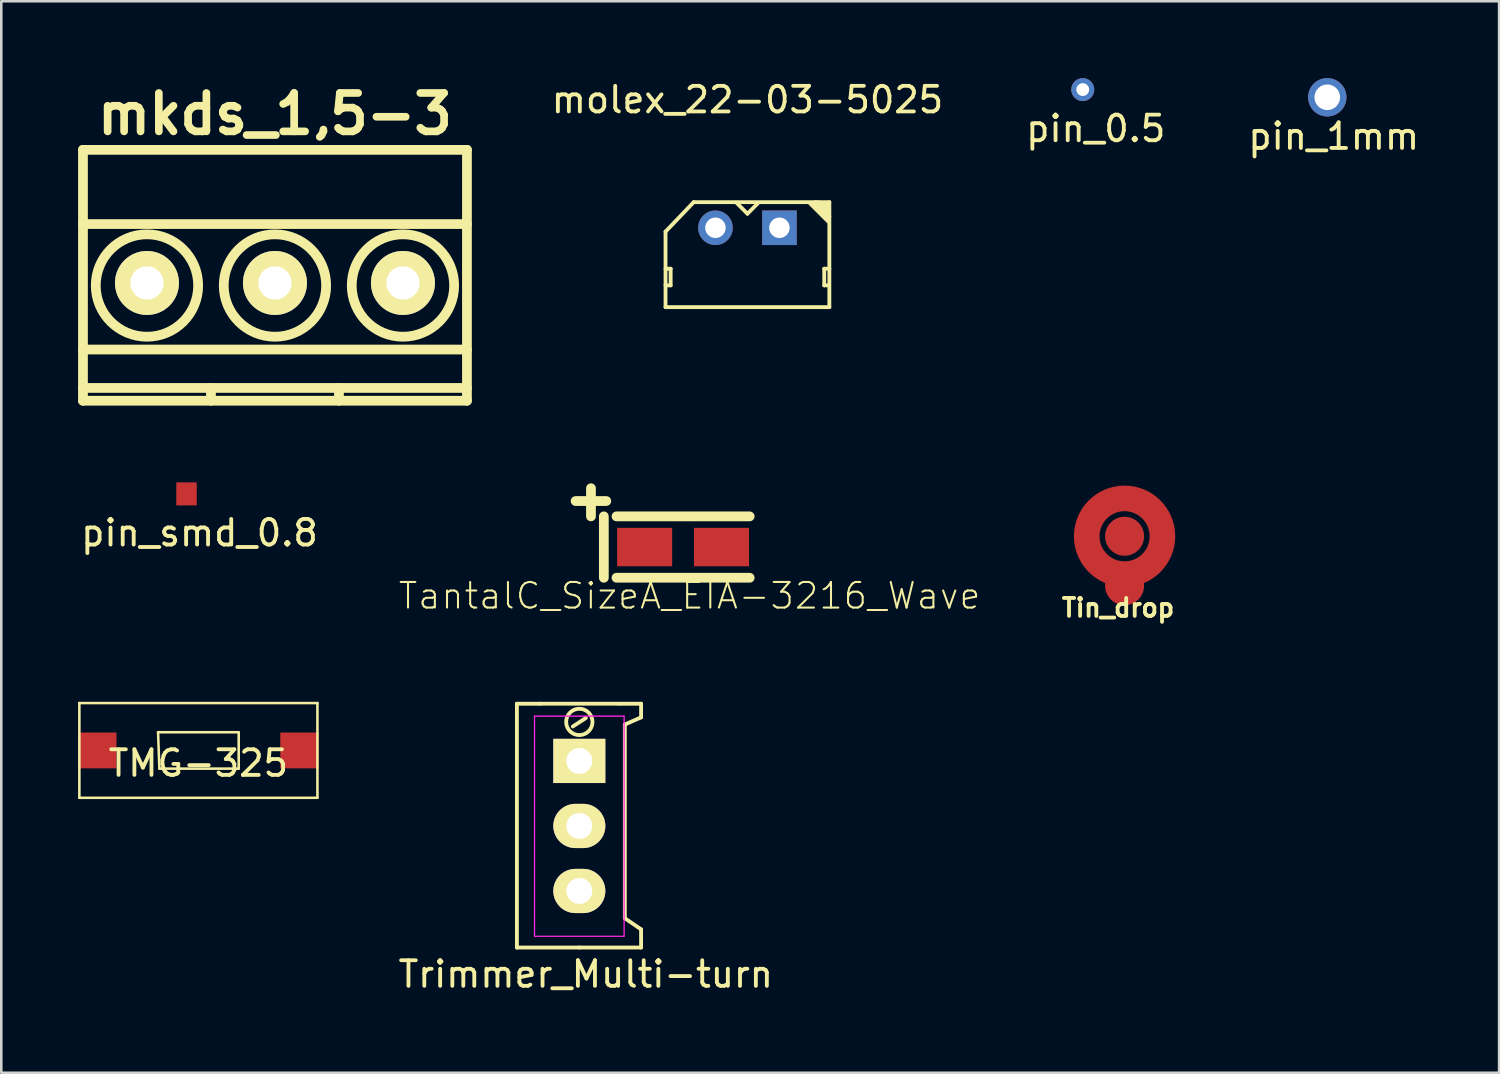
<source format=kicad_pcb>
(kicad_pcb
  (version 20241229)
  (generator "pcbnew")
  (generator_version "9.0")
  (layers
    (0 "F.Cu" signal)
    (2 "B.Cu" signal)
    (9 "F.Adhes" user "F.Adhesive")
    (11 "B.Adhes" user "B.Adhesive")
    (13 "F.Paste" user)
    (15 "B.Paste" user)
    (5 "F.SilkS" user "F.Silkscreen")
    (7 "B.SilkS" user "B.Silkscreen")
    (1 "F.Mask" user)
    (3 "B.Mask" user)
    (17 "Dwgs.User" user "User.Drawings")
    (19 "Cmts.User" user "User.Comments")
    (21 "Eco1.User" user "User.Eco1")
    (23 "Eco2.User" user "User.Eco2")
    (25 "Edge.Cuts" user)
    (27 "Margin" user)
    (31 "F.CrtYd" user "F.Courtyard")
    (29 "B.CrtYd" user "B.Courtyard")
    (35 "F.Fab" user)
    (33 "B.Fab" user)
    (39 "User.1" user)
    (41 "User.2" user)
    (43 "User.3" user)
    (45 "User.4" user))
  (footprint "pin_smd_0.8"
    (layer "F.Cu")
    (at 4.236 16.244)
    (property "Reference" "pin_smd_0.8" (at 0.508 1.524 0) (layer "F.SilkS") (effects (font (size 1 1) (thickness 0.15))))
    (attr through_hole)
    (pad "1" smd rect (at 0 0) (size 0.8 0.9) (layers "F.Cu" "F.Mask" "F.Paste")))
  (footprint "TantalC_SizeA_EIA-3216_Wave"
    (placed yes)
    (layer "F.Cu")
    (at 23.635 18.321)
    (property "Reference" "TantalC_SizeA_EIA-3216_Wave" (at 0.254 1.905 0) (layer "F.SilkS") (effects (font (size 1 1) (thickness 0.08))))
    (attr smd)
    (fp_line (start -4.199 -1.798) (end -3 -1.798) (stroke (width 0.381) (type solid)) (layer "F.SilkS"))
    (fp_line (start -3.599 -2.299) (end -3.599 -1.199) (stroke (width 0.381) (type solid)) (layer "F.SilkS"))
    (fp_line (start -3.096 -1.199) (end -3.096 1.199) (stroke (width 0.381) (type solid)) (layer "F.SilkS"))
    (fp_line (start -2.601 1.199) (end 2.601 1.199) (stroke (width 0.381) (type solid)) (layer "F.SilkS"))
    (fp_line (start 2.601 -1.199) (end -2.601 -1.199) (stroke (width 0.381) (type solid)) (layer "F.SilkS"))
    (fp_text user "+" (at -3.599 -1.801 0) (layer "F.SilkS") (effects (font (size 1 1) (thickness 0.08))))
    (pad "1" smd rect (at -1.501 0) (size 2.149 1.501) (layers "F.Cu" "F.Mask" "F.Paste"))
    (pad "2" smd rect (at 1.501 0) (size 2.149 1.501) (layers "F.Cu" "F.Mask" "F.Paste")))
  (footprint "pin_0.5"
    (layer "F.Cu")
    (at 39.248 0.45)
    (property "Reference" "pin_0.5" (at 0.508 1.524 0) (layer "F.SilkS") (effects (font (size 1 1) (thickness 0.15))))
    (attr through_hole)
    (pad "1" thru_hole circle (at 0 0) (size 0.9 0.9) (drill 0.5) (layers "*.Cu" "*.Mask")))
  (footprint "pin_1mm"
    (layer "F.Cu")
    (at 48.8 0.75)
    (property "Reference" "pin_1mm" (at 0.254 1.524 0) (layer "F.SilkS") (effects (font (size 1 1) (thickness 0.15))))
    (attr through_hole)
    (pad "1" thru_hole circle (at 0 0) (size 1.5 1.5) (drill 1) (layers "*.Cu" "*.Mask")))
  (footprint "TMG-325"
    (layer "F.Cu")
    (at 4.7 26.266)
    (property "Reference" "TMG-325" (at 0 0.5 0) (layer "F.SilkS") (effects (font (size 1 1) (thickness 0.15))))
    (attr through_hole)
    (fp_line (start -4.65 -1.85) (end -4.65 1.85) (stroke (width 0.1) (type solid)) (layer "F.SilkS"))
    (fp_line (start -4.65 -1.85) (end 4.65 -1.85) (stroke (width 0.1) (type solid)) (layer "F.SilkS"))
    (fp_line (start -4.65 1.85) (end 4.65 1.85) (stroke (width 0.1) (type solid)) (layer "F.SilkS"))
    (fp_line (start -1.575 -0.711) (end 1.575 -0.711) (stroke (width 0.1) (type solid)) (layer "F.SilkS"))
    (fp_line (start -1.524 0.711) (end -1.575 -0.711) (stroke (width 0.1) (type solid)) (layer "F.SilkS"))
    (fp_line (start 1.575 -0.711) (end 1.575 0.711) (stroke (width 0.1) (type solid)) (layer "F.SilkS"))
    (fp_line (start 1.575 0.711) (end -1.524 0.711) (stroke (width 0.1) (type solid)) (layer "F.SilkS"))
    (fp_line (start 4.65 -1.85) (end 4.65 1.85) (stroke (width 0.1) (type solid)) (layer "F.SilkS"))
    (pad "1" smd rect (at -3.95 0) (size 1.5 1.4) (layers "F.Cu" "F.Mask" "F.Paste"))
    (pad "2" smd rect (at 3.95 0) (size 1.5 1.4) (layers "F.Cu" "F.Mask" "F.Paste")))
  (footprint "Tin_drop"
    (layer "F.Cu")
    (at 40.882 17.899)
    (property "Reference" "Tin_drop" (at -0.254 2.794 0) (layer "F.SilkS") (effects (font (size 0.7 0.7) (thickness 0.15))))
    (attr through_hole)
    (fp_circle (center 0 0) (end 1.422 0.406) (stroke (width 1) (type solid)) (fill no) (layer "F.Cu"))
    (fp_circle (center 0 0) (end 1.422 0.406) (stroke (width 1.25) (type solid)) (fill no) (layer "F.Mask"))
    (fp_circle (center 0 0) (end 1.422 0.406) (stroke (width 1) (type solid)) (fill no) (layer "F.Paste"))
    (pad "1" smd circle (at 0 0) (size 1.524 1.524) (layers "F.Cu" "F.Mask" "F.Paste"))
    (pad "2" smd circle (at 0 1.93) (size 1.524 1.524) (layers "F.Cu" "F.Mask" "F.Paste")))
  (footprint "Trimmer_Multi-turn"
    (layer "F.Cu")
    (at 19.581 26.676)
    (property "Reference" "Trimmer_Multi-turn" (at 0.254 8.331 0) (layer "F.SilkS") (effects (font (size 1 1) (thickness 0.15))))
    (attr through_hole)
    (fp_line (start -2.438 -2.235) (end -2.438 7.29) (stroke (width 0.15) (type solid)) (layer "F.SilkS"))
    (fp_line (start -2.438 -2.235) (end -1.549 -2.235) (stroke (width 0.15) (type solid)) (layer "F.SilkS"))
    (fp_line (start -2.438 7.29) (end 0 7.29) (stroke (width 0.15) (type solid)) (layer "F.SilkS"))
    (fp_line (start -1.55 -2.236) (end 1.55 -2.236) (stroke (width 0.15) (type solid)) (layer "F.SilkS"))
    (fp_line (start -0.254 -1.346) (end 0.254 -1.676) (stroke (width 0.15) (type solid)) (layer "F.SilkS"))
    (fp_line (start 0 7.29) (end 2.413 7.29) (stroke (width 0.15) (type solid)) (layer "F.SilkS"))
    (fp_line (start 1.778 -1.422) (end 1.778 6.147) (stroke (width 0.15) (type solid)) (layer "F.SilkS"))
    (fp_line (start 1.778 6.147) (end 2.413 6.579) (stroke (width 0.15) (type solid)) (layer "F.SilkS"))
    (fp_line (start 2.413 -2.235) (end 1.575 -2.235) (stroke (width 0.15) (type solid)) (layer "F.SilkS"))
    (fp_line (start 2.413 -1.702) (end 1.778 -1.422) (stroke (width 0.15) (type solid)) (layer "F.SilkS"))
    (fp_line (start 2.413 -1.702) (end 2.413 -2.235) (stroke (width 0.15) (type solid)) (layer "F.SilkS"))
    (fp_line (start 2.413 6.579) (end 2.413 7.29) (stroke (width 0.15) (type solid)) (layer "F.SilkS"))
    (fp_circle (center 0 -1.524) (end 0.432 -1.245) (stroke (width 0.15) (type solid)) (fill no) (layer "F.SilkS"))
    (fp_line (start -1.75 -1.75) (end -1.75 6.85) (stroke (width 0.05) (type solid)) (layer "F.CrtYd"))
    (fp_line (start -1.75 -1.75) (end 1.75 -1.75) (stroke (width 0.05) (type solid)) (layer "F.CrtYd"))
    (fp_line (start -1.75 6.85) (end 1.75 6.85) (stroke (width 0.05) (type solid)) (layer "F.CrtYd"))
    (fp_line (start 1.75 -1.75) (end 1.75 6.85) (stroke (width 0.05) (type solid)) (layer "F.CrtYd"))
    (pad "1" thru_hole rect (at 0 0) (size 2.032 1.727) (drill 1.016) (layers "*.Cu" "*.Mask" "F.SilkS"))
    (pad "2" thru_hole oval (at 0 2.54) (size 2.032 1.727) (drill 1.016) (layers "*.Cu" "*.Mask" "F.SilkS"))
    (pad "3" thru_hole oval (at 0 5.08) (size 2.032 1.727) (drill 1.016) (layers "*.Cu" "*.Mask" "F.SilkS")))
  (footprint "mkds_1,5-3"
    (layer "F.Cu")
    (at 7.691 8.004)
    (property "Reference" "mkds_1,5-3" (at 0 -6.6 0) (layer "F.SilkS") (effects (font (size 1.5 1.5) (thickness 0.3))))
    (attr through_hole)
    (fp_line (start -7.5 -5.2) (end -7.5 4.6) (stroke (width 0.381) (type solid)) (layer "F.SilkS"))
    (fp_line (start -7.5 -2.3) (end 7.5 -2.3) (stroke (width 0.381) (type solid)) (layer "F.SilkS"))
    (fp_line (start -7.5 2.6) (end 7.5 2.6) (stroke (width 0.381) (type solid)) (layer "F.SilkS"))
    (fp_line (start -7.5 4.1) (end 7.5 4.1) (stroke (width 0.381) (type solid)) (layer "F.SilkS"))
    (fp_line (start -7.5 4.6) (end 7.5 4.6) (stroke (width 0.381) (type solid)) (layer "F.SilkS"))
    (fp_line (start -2.5 4.1) (end -2.5 4.6) (stroke (width 0.381) (type solid)) (layer "F.SilkS"))
    (fp_line (start 2.5 4.1) (end 2.5 4.6) (stroke (width 0.381) (type solid)) (layer "F.SilkS"))
    (fp_line (start 7.5 -5.2) (end -7.5 -5.2) (stroke (width 0.381) (type solid)) (layer "F.SilkS"))
    (fp_line (start 7.5 4.6) (end 7.5 -5.2) (stroke (width 0.381) (type solid)) (layer "F.SilkS"))
    (fp_circle (center -5 0.1) (end -3 0.1) (stroke (width 0.381) (type solid)) (fill no) (layer "F.SilkS"))
    (fp_circle (center 0 0.1) (end -2 0.1) (stroke (width 0.381) (type solid)) (fill no) (layer "F.SilkS"))
    (fp_circle (center 5 0.1) (end 3 0.1) (stroke (width 0.381) (type solid)) (fill no) (layer "F.SilkS"))
    (pad "1" thru_hole circle (at -5 0) (size 2.5 2.5) (drill 1.3) (layers "*.Cu" "*.Mask" "F.SilkS"))
    (pad "2" thru_hole circle (at 0 0) (size 2.5 2.5) (drill 1.3) (layers "*.Cu" "*.Mask" "F.SilkS"))
    (pad "3" thru_hole circle (at 5 0) (size 2.5 2.5) (drill 1.3) (layers "*.Cu" "*.Mask" "F.SilkS")))
  (footprint "molex_22-03-5025"
    (layer "F.Cu")
    (at 26.149 5.848)
    (property "Reference" "molex_22-03-5025" (at 0 -5 0) (layer "F.SilkS") (effects (font (size 1 1) (thickness 0.15))))
    (attr through_hole)
    (fp_line (start -3.2 0.15) (end -2.1 -1) (stroke (width 0.15) (type solid)) (layer "F.SilkS"))
    (fp_line (start -3.2 1.6) (end -3 1.6) (stroke (width 0.15) (type solid)) (layer "F.SilkS"))
    (fp_line (start -3.2 3.1) (end -3.2 0.15) (stroke (width 0.15) (type solid)) (layer "F.SilkS"))
    (fp_line (start -3 1.6) (end -3 2.25) (stroke (width 0.15) (type solid)) (layer "F.SilkS"))
    (fp_line (start -3 2.25) (end -3.2 2.25) (stroke (width 0.15) (type solid)) (layer "F.SilkS"))
    (fp_line (start 0 -0.55) (end -0.4 -0.95) (stroke (width 0.15) (type solid)) (layer "F.SilkS"))
    (fp_line (start 0 -0.55) (end 0.4 -0.95) (stroke (width 0.15) (type solid)) (layer "F.SilkS"))
    (fp_line (start 2.55 -0.95) (end 3.15 -0.4) (stroke (width 0.15) (type solid)) (layer "F.SilkS"))
    (fp_line (start 2.75 -1) (end 3.15 -0.65) (stroke (width 0.15) (type solid)) (layer "F.SilkS"))
    (fp_line (start 2.95 -0.95) (end 3.15 -0.75) (stroke (width 0.15) (type solid)) (layer "F.SilkS"))
    (fp_line (start 3 1.6) (end 3 2.25) (stroke (width 0.15) (type solid)) (layer "F.SilkS"))
    (fp_line (start 3 2.25) (end 3.15 2.25) (stroke (width 0.15) (type solid)) (layer "F.SilkS"))
    (fp_line (start 3.15 -0.75) (end 3.1 -0.95) (stroke (width 0.15) (type solid)) (layer "F.SilkS"))
    (fp_line (start 3.15 -0.25) (end 2.45 -0.95) (stroke (width 0.15) (type solid)) (layer "F.SilkS"))
    (fp_line (start 3.2 -1) (end -2.1 -1) (stroke (width 0.15) (type solid)) (layer "F.SilkS"))
    (fp_line (start 3.2 -1) (end 3.2 3.1) (stroke (width 0.15) (type solid)) (layer "F.SilkS"))
    (fp_line (start 3.2 -0.45) (end 2.65 -1) (stroke (width 0.15) (type solid)) (layer "F.SilkS"))
    (fp_line (start 3.2 1.6) (end 3 1.6) (stroke (width 0.15) (type solid)) (layer "F.SilkS"))
    (fp_line (start 3.2 3.1) (end -3.2 3.1) (stroke (width 0.15) (type solid)) (layer "F.SilkS"))
    (pad "1" thru_hole rect (at 1.25 0) (size 1.35 1.35) (drill 0.8) (layers "*.Cu" "*.Mask"))
    (pad "2" thru_hole circle (at -1.25 0) (size 1.35 1.35) (drill 0.8) (layers "*.Cu" "*.Mask")))
  (gr_rect
    (start -3 -3)
    (end 55.512 38.856)
    (stroke (width 0.1) (type default))
    (fill no)
    (layer "Edge.Cuts")))
</source>
